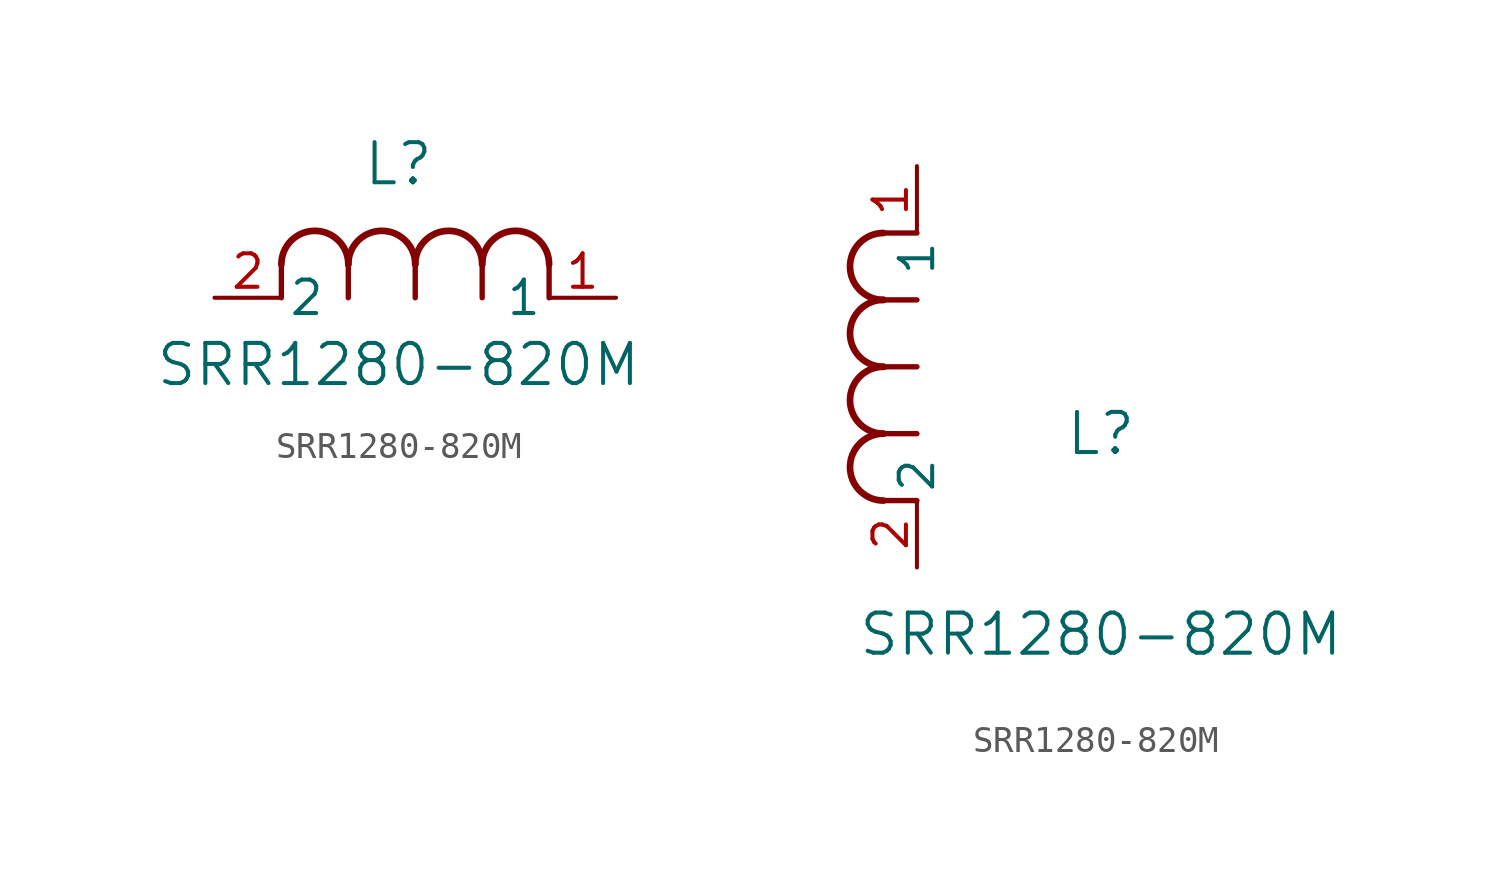
<source format=kicad_sym>
(kicad_symbol_lib
  (version 20211014)
  (generator kicad_symbol_editor)
  (symbol "SRR1280-820M"
    (pin_names
      (offset 0.254))
    (property "Reference" "L"
      (at 6.985 5.08 0)
      (effects (font (size 1.524 1.524))))
    (property "Value" "SRR1280-820M"
      (at 6.985 -2.54 0)
      (effects (font (size 1.524 1.524))))
    (symbol "SRR1280-820M_1_1"
      (arc (start 7.62 1.27) (mid 6.35 2.54) (end 5.08 1.27) (stroke (width 0.254) (type default) (color 0 0 0 0)) (fill (type none)))
      (polyline (pts (xy 5.08 0) (xy 5.08 1.27)) (stroke (width 0.203) (type default) (color 0 0 0 0)) (fill (type none)))
      (polyline (pts (xy 7.62 0) (xy 7.62 1.27)) (stroke (width 0.203) (type default) (color 0 0 0 0)) (fill (type none)))
      (polyline (pts (xy 12.7 0) (xy 12.7 1.27)) (stroke (width 0.203) (type default) (color 0 0 0 0)) (fill (type none)))
      (arc (start 5.08 1.27) (mid 3.81 2.54) (end 2.54 1.27) (stroke (width 0.254) (type default) (color 0 0 0 0)) (fill (type none)))
      (arc (start 10.16 1.27) (mid 8.89 2.54) (end 7.62 1.27) (stroke (width 0.254) (type default) (color 0 0 0 0)) (fill (type none)))
      (arc (start 12.7 1.27) (mid 11.43 2.54) (end 10.16 1.27) (stroke (width 0.254) (type default) (color 0 0 0 0)) (fill (type none)))
      (polyline (pts (xy 2.54 0) (xy 2.54 1.27)) (stroke (width 0.203) (type default) (color 0 0 0 0)) (fill (type none)))
      (polyline (pts (xy 10.16 0) (xy 10.16 1.27)) (stroke (width 0.203) (type default) (color 0 0 0 0)) (fill (type none)))
      (pin unspecified line (at 0 0 0) (length 2.54) (name "2" (effects (font (size 1.27 1.27)))) (number "2" (effects (font (size 1.27 1.27)))))
      (pin unspecified line (at 15.24 0 180) (length 2.54) (name "1" (effects (font (size 1.27 1.27)))) (number "1" (effects (font (size 1.27 1.27))))))
    (symbol "SRR1280-820M_1_2"
      (arc (start -1.27 7.62) (mid -2.54 6.35) (end -1.27 5.08) (stroke (width 0.254) (type default) (color 0 0 0 0)) (fill (type none)))
      (arc (start -1.27 5.08) (mid -2.54 3.81) (end -1.27 2.54) (stroke (width 0.254) (type default) (color 0 0 0 0)) (fill (type none)))
      (arc (start -1.27 12.7) (mid -2.54 11.43) (end -1.27 10.16) (stroke (width 0.254) (type default) (color 0 0 0 0)) (fill (type none)))
      (arc (start -1.27 10.16) (mid -2.54 8.89) (end -1.27 7.62) (stroke (width 0.254) (type default) (color 0 0 0 0)) (fill (type none)))
      (polyline (pts (xy 0 7.62) (xy -1.27 7.62)) (stroke (width 0.203) (type default) (color 0 0 0 0)) (fill (type none)))
      (polyline (pts (xy 0 5.08) (xy -1.27 5.08)) (stroke (width 0.203) (type default) (color 0 0 0 0)) (fill (type none)))
      (polyline (pts (xy 0 12.7) (xy -1.27 12.7)) (stroke (width 0.203) (type default) (color 0 0 0 0)) (fill (type none)))
      (polyline (pts (xy 0 2.54) (xy -1.27 2.54)) (stroke (width 0.203) (type default) (color 0 0 0 0)) (fill (type none)))
      (polyline (pts (xy 0 10.16) (xy -1.27 10.16)) (stroke (width 0.203) (type default) (color 0 0 0 0)) (fill (type none)))
      (pin unspecified line (at 0 0 90) (length 2.54) (name "2" (effects (font (size 1.27 1.27)))) (number "2" (effects (font (size 1.27 1.27)))))
      (pin unspecified line (at 0 15.24 270) (length 2.54) (name "1" (effects (font (size 1.27 1.27)))) (number "1" (effects (font (size 1.27 1.27))))))))
</source>
